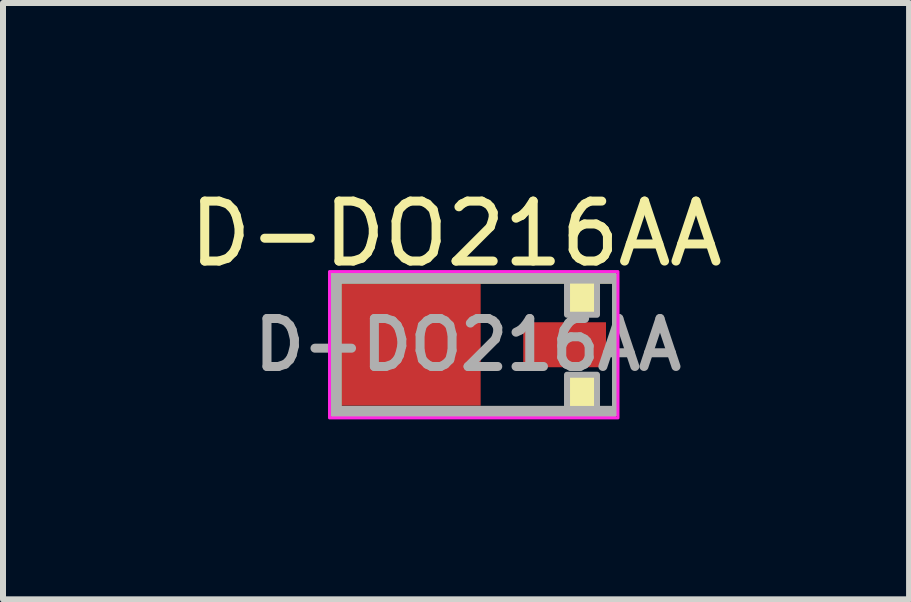
<source format=kicad_pcb>
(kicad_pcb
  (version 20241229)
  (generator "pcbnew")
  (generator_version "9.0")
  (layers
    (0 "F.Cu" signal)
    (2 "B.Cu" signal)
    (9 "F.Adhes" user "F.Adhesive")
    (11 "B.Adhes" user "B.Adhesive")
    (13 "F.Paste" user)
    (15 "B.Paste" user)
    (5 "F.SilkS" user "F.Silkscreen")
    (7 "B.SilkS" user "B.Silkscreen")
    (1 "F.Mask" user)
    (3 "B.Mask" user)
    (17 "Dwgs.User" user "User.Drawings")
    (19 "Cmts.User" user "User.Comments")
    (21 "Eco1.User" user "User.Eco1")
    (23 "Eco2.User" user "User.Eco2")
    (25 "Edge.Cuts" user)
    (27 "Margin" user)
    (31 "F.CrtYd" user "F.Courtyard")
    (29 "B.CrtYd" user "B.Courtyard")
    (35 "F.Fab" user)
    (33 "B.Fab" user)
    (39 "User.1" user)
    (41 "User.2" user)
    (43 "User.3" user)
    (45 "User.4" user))
  (footprint "D-DO216AA"
    (layer "F.Cu")
    (at 3.804 2.698)
    (property "Reference" "D-DO216AA" (at 0.75 -1.85 0) (layer "F.SilkS") (effects (font (size 1 1) (thickness 0.15))))
    (attr smd)
    (fp_line (start -1.26 -1.12) (end -1.26 1.12) (stroke (width 0.2) (type default)) (layer "F.SilkS"))
    (fp_line (start -1.26 1.12) (end 3.35 1.12) (stroke (width 0.2) (type default)) (layer "F.SilkS"))
    (fp_line (start 3.35 -1.12) (end -1.26 -1.12) (stroke (width 0.2) (type default)) (layer "F.SilkS"))
    (fp_rect (start -1.26 -1.12) (end 3.4 1.12) (stroke (width 0.1) (type default)) (fill no) (layer "F.SilkS"))
    (fp_rect (start 2.6 -1.12) (end 3.1 -0.5) (stroke (width 0) (type solid)) (fill yes) (layer "F.SilkS"))
    (fp_rect (start 2.6 0.5) (end 3.1 1.12) (stroke (width 0) (type solid)) (fill yes) (layer "F.SilkS"))
    (fp_rect (start -1.36 -1.22) (end 3.45 1.22) (stroke (width 0.05) (type default)) (fill no) (layer "F.CrtYd"))
    (fp_line (start -1.26 -1.12) (end -1.26 1.12) (stroke (width 0.2) (type default)) (layer "F.Fab"))
    (fp_line (start -1.26 1.12) (end 3.35 1.12) (stroke (width 0.2) (type default)) (layer "F.Fab"))
    (fp_line (start 3.35 -1.12) (end -1.26 -1.12) (stroke (width 0.2) (type default)) (layer "F.Fab"))
    (fp_rect (start -1.26 -1.12) (end 3.4 1.12) (stroke (width 0.1) (type default)) (fill no) (layer "F.Fab"))
    (fp_rect (start 2.6 -1.12) (end 3.1 -0.5) (stroke (width 0.1) (type solid)) (fill no) (layer "F.Fab"))
    (fp_rect (start 2.6 0.5) (end 3.1 1.12) (stroke (width 0.1) (type solid)) (fill no) (layer "F.Fab"))
    (fp_text user "${REFERENCE}" (at 0.95 0 0) (layer "F.Fab") (effects (font (size 0.8 0.8) (thickness 0.15))))
    (pad "1" smd rect (at 2.56 0) (size 1.38 0.75) (layers "F.Cu" "F.Mask" "F.Paste"))
    (pad "2" smd rect (at 0 0) (size 2.32 2.03) (layers "F.Cu" "F.Mask" "F.Paste")))
  (gr_rect
    (start -3 -3)
    (end 12.107 6.943)
    (stroke (width 0.1) (type default))
    (fill no)
    (layer "Edge.Cuts")))
</source>
